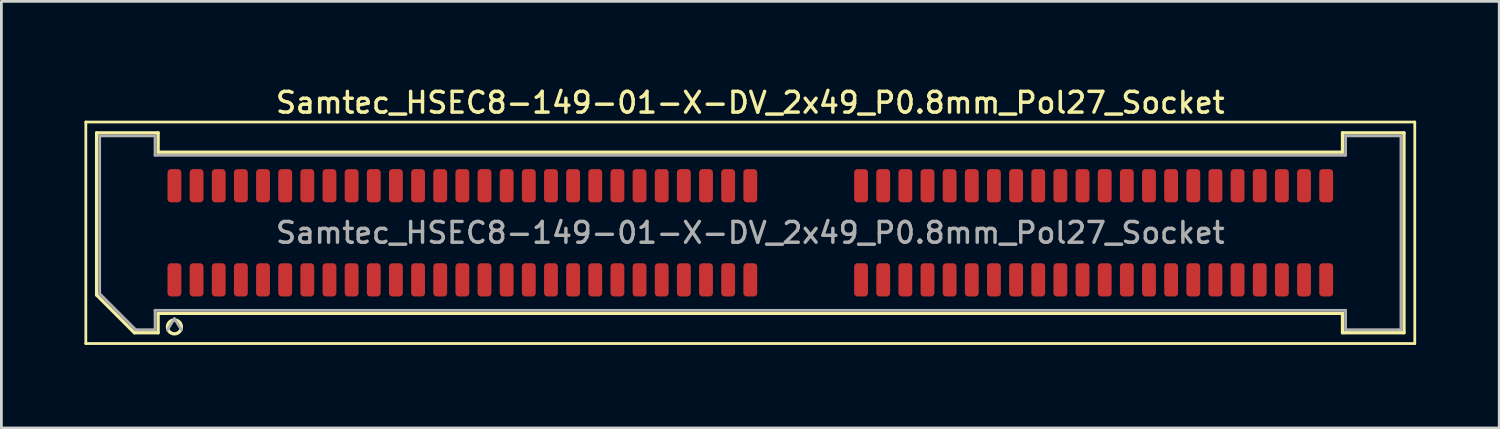
<source format=kicad_pcb>
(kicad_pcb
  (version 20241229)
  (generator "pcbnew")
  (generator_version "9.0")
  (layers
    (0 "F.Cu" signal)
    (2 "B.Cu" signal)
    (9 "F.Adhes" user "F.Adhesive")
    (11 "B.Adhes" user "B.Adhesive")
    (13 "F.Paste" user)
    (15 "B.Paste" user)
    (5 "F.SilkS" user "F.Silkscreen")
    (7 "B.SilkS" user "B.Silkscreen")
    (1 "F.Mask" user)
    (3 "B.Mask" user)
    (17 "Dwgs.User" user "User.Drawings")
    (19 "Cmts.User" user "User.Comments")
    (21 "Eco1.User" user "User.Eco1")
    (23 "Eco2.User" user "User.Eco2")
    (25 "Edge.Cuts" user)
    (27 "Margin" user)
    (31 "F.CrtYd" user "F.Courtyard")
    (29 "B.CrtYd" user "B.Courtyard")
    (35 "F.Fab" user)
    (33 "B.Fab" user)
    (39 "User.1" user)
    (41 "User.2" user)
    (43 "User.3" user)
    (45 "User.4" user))
  (footprint "Samtec_HSEC8-149-01-X-DV_2x49_P0.8mm_Pol27_Socket"
    (layer "F.Cu")
    (at 24.05 5.358)
    (property "Reference" "Samtec_HSEC8-149-01-X-DV_2x49_P0.8mm_Pol27_Socket" (at 0 -4.7 0) (layer "F.SilkS") (effects (font (size 0.75 0.75) (thickness 0.125))))
    (attr smd)
    (fp_line (start -24 -4) (end -24 4) (stroke (width 0.1) (type solid)) (layer "F.SilkS"))
    (fp_line (start -24 4) (end 24 4) (stroke (width 0.1) (type solid)) (layer "F.SilkS"))
    (fp_line (start -23.61 -3.61) (end -21.39 -3.61) (stroke (width 0.12) (type solid)) (layer "F.SilkS"))
    (fp_line (start -23.61 2.246) (end -23.61 -3.61) (stroke (width 0.12) (type solid)) (layer "F.SilkS"))
    (fp_line (start -22.246 3.61) (end -23.61 2.246) (stroke (width 0.12) (type solid)) (layer "F.SilkS"))
    (fp_line (start -21.39 -3.61) (end -21.39 -2.91) (stroke (width 0.12) (type solid)) (layer "F.SilkS"))
    (fp_line (start -21.39 -2.91) (end 21.39 -2.91) (stroke (width 0.12) (type solid)) (layer "F.SilkS"))
    (fp_line (start -21.39 2.91) (end -21.39 3.61) (stroke (width 0.12) (type solid)) (layer "F.SilkS"))
    (fp_line (start -21.39 3.61) (end -22.246 3.61) (stroke (width 0.12) (type solid)) (layer "F.SilkS"))
    (fp_line (start 21.39 -3.61) (end 23.61 -3.61) (stroke (width 0.12) (type solid)) (layer "F.SilkS"))
    (fp_line (start 21.39 -2.91) (end 21.39 -3.61) (stroke (width 0.12) (type solid)) (layer "F.SilkS"))
    (fp_line (start 21.39 2.91) (end -21.39 2.91) (stroke (width 0.12) (type solid)) (layer "F.SilkS"))
    (fp_line (start 21.39 3.61) (end 21.39 2.91) (stroke (width 0.12) (type solid)) (layer "F.SilkS"))
    (fp_line (start 23.61 -3.61) (end 23.61 3.61) (stroke (width 0.12) (type solid)) (layer "F.SilkS"))
    (fp_line (start 23.61 3.61) (end 21.39 3.61) (stroke (width 0.12) (type solid)) (layer "F.SilkS"))
    (fp_line (start 24 -4) (end -24 -4) (stroke (width 0.1) (type solid)) (layer "F.SilkS"))
    (fp_line (start 24 4) (end 24 -4) (stroke (width 0.1) (type solid)) (layer "F.SilkS"))
    (fp_arc (start -20.55 3.4) (mid -21.05 3.4) (end -20.55 3.4) (stroke (width 0.12) (type solid)) (layer "F.SilkS"))
    (fp_line (start -23.5 -3.5) (end -21.5 -3.5) (stroke (width 0.1) (type solid)) (layer "F.Fab"))
    (fp_line (start -23.5 2.2) (end -23.5 -3.5) (stroke (width 0.1) (type solid)) (layer "F.Fab"))
    (fp_line (start -22.2 3.5) (end -23.5 2.2) (stroke (width 0.1) (type solid)) (layer "F.Fab"))
    (fp_line (start -21.5 -3.5) (end -21.5 -2.8) (stroke (width 0.1) (type solid)) (layer "F.Fab"))
    (fp_line (start -21.5 -2.8) (end 21.5 -2.8) (stroke (width 0.1) (type solid)) (layer "F.Fab"))
    (fp_line (start -21.5 2.8) (end -21.5 3.5) (stroke (width 0.1) (type solid)) (layer "F.Fab"))
    (fp_line (start -21.5 3.5) (end -22.2 3.5) (stroke (width 0.1) (type solid)) (layer "F.Fab"))
    (fp_line (start -20.8 3.1) (end -21.05 3.5) (stroke (width 0.1) (type solid)) (layer "F.Fab"))
    (fp_line (start -20.8 3.1) (end -20.55 3.5) (stroke (width 0.1) (type solid)) (layer "F.Fab"))
    (fp_line (start 21.5 -3.5) (end 23.5 -3.5) (stroke (width 0.1) (type solid)) (layer "F.Fab"))
    (fp_line (start 21.5 -2.8) (end 21.5 -3.5) (stroke (width 0.1) (type solid)) (layer "F.Fab"))
    (fp_line (start 21.5 2.8) (end -21.5 2.8) (stroke (width 0.1) (type solid)) (layer "F.Fab"))
    (fp_line (start 21.5 3.5) (end 21.5 2.8) (stroke (width 0.1) (type solid)) (layer "F.Fab"))
    (fp_line (start 23.5 -3.5) (end 23.5 3.5) (stroke (width 0.1) (type solid)) (layer "F.Fab"))
    (fp_line (start 23.5 3.5) (end 21.5 3.5) (stroke (width 0.1) (type solid)) (layer "F.Fab"))
    (fp_text user "${REFERENCE}" (at 0 0 0) (layer "F.Fab") (effects (font (size 0.75 0.75) (thickness 0.125))))
    (pad "1" smd roundrect (at -20.8 1.7) (size 0.5 1.2) (layers "F.Cu" "F.Mask" "F.Paste") (roundrect_rratio 0.25))
    (pad "2" smd roundrect (at -20.8 -1.7) (size 0.5 1.2) (layers "F.Cu" "F.Mask" "F.Paste") (roundrect_rratio 0.25))
    (pad "3" smd roundrect (at -20 1.7) (size 0.5 1.2) (layers "F.Cu" "F.Mask" "F.Paste") (roundrect_rratio 0.25))
    (pad "4" smd roundrect (at -20 -1.7) (size 0.5 1.2) (layers "F.Cu" "F.Mask" "F.Paste") (roundrect_rratio 0.25))
    (pad "5" smd roundrect (at -19.2 1.7) (size 0.5 1.2) (layers "F.Cu" "F.Mask" "F.Paste") (roundrect_rratio 0.25))
    (pad "6" smd roundrect (at -19.2 -1.7) (size 0.5 1.2) (layers "F.Cu" "F.Mask" "F.Paste") (roundrect_rratio 0.25))
    (pad "7" smd roundrect (at -18.4 1.7) (size 0.5 1.2) (layers "F.Cu" "F.Mask" "F.Paste") (roundrect_rratio 0.25))
    (pad "8" smd roundrect (at -18.4 -1.7) (size 0.5 1.2) (layers "F.Cu" "F.Mask" "F.Paste") (roundrect_rratio 0.25))
    (pad "9" smd roundrect (at -17.6 1.7) (size 0.5 1.2) (layers "F.Cu" "F.Mask" "F.Paste") (roundrect_rratio 0.25))
    (pad "10" smd roundrect (at -17.6 -1.7) (size 0.5 1.2) (layers "F.Cu" "F.Mask" "F.Paste") (roundrect_rratio 0.25))
    (pad "11" smd roundrect (at -16.8 1.7) (size 0.5 1.2) (layers "F.Cu" "F.Mask" "F.Paste") (roundrect_rratio 0.25))
    (pad "12" smd roundrect (at -16.8 -1.7) (size 0.5 1.2) (layers "F.Cu" "F.Mask" "F.Paste") (roundrect_rratio 0.25))
    (pad "13" smd roundrect (at -16 1.7) (size 0.5 1.2) (layers "F.Cu" "F.Mask" "F.Paste") (roundrect_rratio 0.25))
    (pad "14" smd roundrect (at -16 -1.7) (size 0.5 1.2) (layers "F.Cu" "F.Mask" "F.Paste") (roundrect_rratio 0.25))
    (pad "15" smd roundrect (at -15.2 1.7) (size 0.5 1.2) (layers "F.Cu" "F.Mask" "F.Paste") (roundrect_rratio 0.25))
    (pad "16" smd roundrect (at -15.2 -1.7) (size 0.5 1.2) (layers "F.Cu" "F.Mask" "F.Paste") (roundrect_rratio 0.25))
    (pad "17" smd roundrect (at -14.4 1.7) (size 0.5 1.2) (layers "F.Cu" "F.Mask" "F.Paste") (roundrect_rratio 0.25))
    (pad "18" smd roundrect (at -14.4 -1.7) (size 0.5 1.2) (layers "F.Cu" "F.Mask" "F.Paste") (roundrect_rratio 0.25))
    (pad "19" smd roundrect (at -13.6 1.7) (size 0.5 1.2) (layers "F.Cu" "F.Mask" "F.Paste") (roundrect_rratio 0.25))
    (pad "20" smd roundrect (at -13.6 -1.7) (size 0.5 1.2) (layers "F.Cu" "F.Mask" "F.Paste") (roundrect_rratio 0.25))
    (pad "21" smd roundrect (at -12.8 1.7) (size 0.5 1.2) (layers "F.Cu" "F.Mask" "F.Paste") (roundrect_rratio 0.25))
    (pad "22" smd roundrect (at -12.8 -1.7) (size 0.5 1.2) (layers "F.Cu" "F.Mask" "F.Paste") (roundrect_rratio 0.25))
    (pad "23" smd roundrect (at -12 1.7) (size 0.5 1.2) (layers "F.Cu" "F.Mask" "F.Paste") (roundrect_rratio 0.25))
    (pad "24" smd roundrect (at -12 -1.7) (size 0.5 1.2) (layers "F.Cu" "F.Mask" "F.Paste") (roundrect_rratio 0.25))
    (pad "25" smd roundrect (at -11.2 1.7) (size 0.5 1.2) (layers "F.Cu" "F.Mask" "F.Paste") (roundrect_rratio 0.25))
    (pad "26" smd roundrect (at -11.2 -1.7) (size 0.5 1.2) (layers "F.Cu" "F.Mask" "F.Paste") (roundrect_rratio 0.25))
    (pad "27" smd roundrect (at -10.4 1.7) (size 0.5 1.2) (layers "F.Cu" "F.Mask" "F.Paste") (roundrect_rratio 0.25))
    (pad "28" smd roundrect (at -10.4 -1.7) (size 0.5 1.2) (layers "F.Cu" "F.Mask" "F.Paste") (roundrect_rratio 0.25))
    (pad "29" smd roundrect (at -9.6 1.7) (size 0.5 1.2) (layers "F.Cu" "F.Mask" "F.Paste") (roundrect_rratio 0.25))
    (pad "30" smd roundrect (at -9.6 -1.7) (size 0.5 1.2) (layers "F.Cu" "F.Mask" "F.Paste") (roundrect_rratio 0.25))
    (pad "31" smd roundrect (at -8.8 1.7) (size 0.5 1.2) (layers "F.Cu" "F.Mask" "F.Paste") (roundrect_rratio 0.25))
    (pad "32" smd roundrect (at -8.8 -1.7) (size 0.5 1.2) (layers "F.Cu" "F.Mask" "F.Paste") (roundrect_rratio 0.25))
    (pad "33" smd roundrect (at -8 1.7) (size 0.5 1.2) (layers "F.Cu" "F.Mask" "F.Paste") (roundrect_rratio 0.25))
    (pad "34" smd roundrect (at -8 -1.7) (size 0.5 1.2) (layers "F.Cu" "F.Mask" "F.Paste") (roundrect_rratio 0.25))
    (pad "35" smd roundrect (at -7.2 1.7) (size 0.5 1.2) (layers "F.Cu" "F.Mask" "F.Paste") (roundrect_rratio 0.25))
    (pad "36" smd roundrect (at -7.2 -1.7) (size 0.5 1.2) (layers "F.Cu" "F.Mask" "F.Paste") (roundrect_rratio 0.25))
    (pad "37" smd roundrect (at -6.4 1.7) (size 0.5 1.2) (layers "F.Cu" "F.Mask" "F.Paste") (roundrect_rratio 0.25))
    (pad "38" smd roundrect (at -6.4 -1.7) (size 0.5 1.2) (layers "F.Cu" "F.Mask" "F.Paste") (roundrect_rratio 0.25))
    (pad "39" smd roundrect (at -5.6 1.7) (size 0.5 1.2) (layers "F.Cu" "F.Mask" "F.Paste") (roundrect_rratio 0.25))
    (pad "40" smd roundrect (at -5.6 -1.7) (size 0.5 1.2) (layers "F.Cu" "F.Mask" "F.Paste") (roundrect_rratio 0.25))
    (pad "41" smd roundrect (at -4.8 1.7) (size 0.5 1.2) (layers "F.Cu" "F.Mask" "F.Paste") (roundrect_rratio 0.25))
    (pad "42" smd roundrect (at -4.8 -1.7) (size 0.5 1.2) (layers "F.Cu" "F.Mask" "F.Paste") (roundrect_rratio 0.25))
    (pad "43" smd roundrect (at -4 1.7) (size 0.5 1.2) (layers "F.Cu" "F.Mask" "F.Paste") (roundrect_rratio 0.25))
    (pad "44" smd roundrect (at -4 -1.7) (size 0.5 1.2) (layers "F.Cu" "F.Mask" "F.Paste") (roundrect_rratio 0.25))
    (pad "45" smd roundrect (at -3.2 1.7) (size 0.5 1.2) (layers "F.Cu" "F.Mask" "F.Paste") (roundrect_rratio 0.25))
    (pad "46" smd roundrect (at -3.2 -1.7) (size 0.5 1.2) (layers "F.Cu" "F.Mask" "F.Paste") (roundrect_rratio 0.25))
    (pad "47" smd roundrect (at -2.4 1.7) (size 0.5 1.2) (layers "F.Cu" "F.Mask" "F.Paste") (roundrect_rratio 0.25))
    (pad "48" smd roundrect (at -2.4 -1.7) (size 0.5 1.2) (layers "F.Cu" "F.Mask" "F.Paste") (roundrect_rratio 0.25))
    (pad "49" smd roundrect (at -1.6 1.7) (size 0.5 1.2) (layers "F.Cu" "F.Mask" "F.Paste") (roundrect_rratio 0.25))
    (pad "50" smd roundrect (at -1.6 -1.7) (size 0.5 1.2) (layers "F.Cu" "F.Mask" "F.Paste") (roundrect_rratio 0.25))
    (pad "51" smd roundrect (at -0.8 1.7) (size 0.5 1.2) (layers "F.Cu" "F.Mask" "F.Paste") (roundrect_rratio 0.25))
    (pad "52" smd roundrect (at -0.8 -1.7) (size 0.5 1.2) (layers "F.Cu" "F.Mask" "F.Paste") (roundrect_rratio 0.25))
    (pad "53" smd roundrect (at 0 1.7) (size 0.5 1.2) (layers "F.Cu" "F.Mask" "F.Paste") (roundrect_rratio 0.25))
    (pad "54" smd roundrect (at 0 -1.7) (size 0.5 1.2) (layers "F.Cu" "F.Mask" "F.Paste") (roundrect_rratio 0.25))
    (pad "55" smd roundrect (at 4 1.7) (size 0.5 1.2) (layers "F.Cu" "F.Mask" "F.Paste") (roundrect_rratio 0.25))
    (pad "56" smd roundrect (at 4 -1.7) (size 0.5 1.2) (layers "F.Cu" "F.Mask" "F.Paste") (roundrect_rratio 0.25))
    (pad "57" smd roundrect (at 4.8 1.7) (size 0.5 1.2) (layers "F.Cu" "F.Mask" "F.Paste") (roundrect_rratio 0.25))
    (pad "58" smd roundrect (at 4.8 -1.7) (size 0.5 1.2) (layers "F.Cu" "F.Mask" "F.Paste") (roundrect_rratio 0.25))
    (pad "59" smd roundrect (at 5.6 1.7) (size 0.5 1.2) (layers "F.Cu" "F.Mask" "F.Paste") (roundrect_rratio 0.25))
    (pad "60" smd roundrect (at 5.6 -1.7) (size 0.5 1.2) (layers "F.Cu" "F.Mask" "F.Paste") (roundrect_rratio 0.25))
    (pad "61" smd roundrect (at 6.4 1.7) (size 0.5 1.2) (layers "F.Cu" "F.Mask" "F.Paste") (roundrect_rratio 0.25))
    (pad "62" smd roundrect (at 6.4 -1.7) (size 0.5 1.2) (layers "F.Cu" "F.Mask" "F.Paste") (roundrect_rratio 0.25))
    (pad "63" smd roundrect (at 7.2 1.7) (size 0.5 1.2) (layers "F.Cu" "F.Mask" "F.Paste") (roundrect_rratio 0.25))
    (pad "64" smd roundrect (at 7.2 -1.7) (size 0.5 1.2) (layers "F.Cu" "F.Mask" "F.Paste") (roundrect_rratio 0.25))
    (pad "65" smd roundrect (at 8 1.7) (size 0.5 1.2) (layers "F.Cu" "F.Mask" "F.Paste") (roundrect_rratio 0.25))
    (pad "66" smd roundrect (at 8 -1.7) (size 0.5 1.2) (layers "F.Cu" "F.Mask" "F.Paste") (roundrect_rratio 0.25))
    (pad "67" smd roundrect (at 8.8 1.7) (size 0.5 1.2) (layers "F.Cu" "F.Mask" "F.Paste") (roundrect_rratio 0.25))
    (pad "68" smd roundrect (at 8.8 -1.7) (size 0.5 1.2) (layers "F.Cu" "F.Mask" "F.Paste") (roundrect_rratio 0.25))
    (pad "69" smd roundrect (at 9.6 1.7) (size 0.5 1.2) (layers "F.Cu" "F.Mask" "F.Paste") (roundrect_rratio 0.25))
    (pad "70" smd roundrect (at 9.6 -1.7) (size 0.5 1.2) (layers "F.Cu" "F.Mask" "F.Paste") (roundrect_rratio 0.25))
    (pad "71" smd roundrect (at 10.4 1.7) (size 0.5 1.2) (layers "F.Cu" "F.Mask" "F.Paste") (roundrect_rratio 0.25))
    (pad "72" smd roundrect (at 10.4 -1.7) (size 0.5 1.2) (layers "F.Cu" "F.Mask" "F.Paste") (roundrect_rratio 0.25))
    (pad "73" smd roundrect (at 11.2 1.7) (size 0.5 1.2) (layers "F.Cu" "F.Mask" "F.Paste") (roundrect_rratio 0.25))
    (pad "74" smd roundrect (at 11.2 -1.7) (size 0.5 1.2) (layers "F.Cu" "F.Mask" "F.Paste") (roundrect_rratio 0.25))
    (pad "75" smd roundrect (at 12 1.7) (size 0.5 1.2) (layers "F.Cu" "F.Mask" "F.Paste") (roundrect_rratio 0.25))
    (pad "76" smd roundrect (at 12 -1.7) (size 0.5 1.2) (layers "F.Cu" "F.Mask" "F.Paste") (roundrect_rratio 0.25))
    (pad "77" smd roundrect (at 12.8 1.7) (size 0.5 1.2) (layers "F.Cu" "F.Mask" "F.Paste") (roundrect_rratio 0.25))
    (pad "78" smd roundrect (at 12.8 -1.7) (size 0.5 1.2) (layers "F.Cu" "F.Mask" "F.Paste") (roundrect_rratio 0.25))
    (pad "79" smd roundrect (at 13.6 1.7) (size 0.5 1.2) (layers "F.Cu" "F.Mask" "F.Paste") (roundrect_rratio 0.25))
    (pad "80" smd roundrect (at 13.6 -1.7) (size 0.5 1.2) (layers "F.Cu" "F.Mask" "F.Paste") (roundrect_rratio 0.25))
    (pad "81" smd roundrect (at 14.4 1.7) (size 0.5 1.2) (layers "F.Cu" "F.Mask" "F.Paste") (roundrect_rratio 0.25))
    (pad "82" smd roundrect (at 14.4 -1.7) (size 0.5 1.2) (layers "F.Cu" "F.Mask" "F.Paste") (roundrect_rratio 0.25))
    (pad "83" smd roundrect (at 15.2 1.7) (size 0.5 1.2) (layers "F.Cu" "F.Mask" "F.Paste") (roundrect_rratio 0.25))
    (pad "84" smd roundrect (at 15.2 -1.7) (size 0.5 1.2) (layers "F.Cu" "F.Mask" "F.Paste") (roundrect_rratio 0.25))
    (pad "85" smd roundrect (at 16 1.7) (size 0.5 1.2) (layers "F.Cu" "F.Mask" "F.Paste") (roundrect_rratio 0.25))
    (pad "86" smd roundrect (at 16 -1.7) (size 0.5 1.2) (layers "F.Cu" "F.Mask" "F.Paste") (roundrect_rratio 0.25))
    (pad "87" smd roundrect (at 16.8 1.7) (size 0.5 1.2) (layers "F.Cu" "F.Mask" "F.Paste") (roundrect_rratio 0.25))
    (pad "88" smd roundrect (at 16.8 -1.7) (size 0.5 1.2) (layers "F.Cu" "F.Mask" "F.Paste") (roundrect_rratio 0.25))
    (pad "89" smd roundrect (at 17.6 1.7) (size 0.5 1.2) (layers "F.Cu" "F.Mask" "F.Paste") (roundrect_rratio 0.25))
    (pad "90" smd roundrect (at 17.6 -1.7) (size 0.5 1.2) (layers "F.Cu" "F.Mask" "F.Paste") (roundrect_rratio 0.25))
    (pad "91" smd roundrect (at 18.4 1.7) (size 0.5 1.2) (layers "F.Cu" "F.Mask" "F.Paste") (roundrect_rratio 0.25))
    (pad "92" smd roundrect (at 18.4 -1.7) (size 0.5 1.2) (layers "F.Cu" "F.Mask" "F.Paste") (roundrect_rratio 0.25))
    (pad "93" smd roundrect (at 19.2 1.7) (size 0.5 1.2) (layers "F.Cu" "F.Mask" "F.Paste") (roundrect_rratio 0.25))
    (pad "94" smd roundrect (at 19.2 -1.7) (size 0.5 1.2) (layers "F.Cu" "F.Mask" "F.Paste") (roundrect_rratio 0.25))
    (pad "95" smd roundrect (at 20 1.7) (size 0.5 1.2) (layers "F.Cu" "F.Mask" "F.Paste") (roundrect_rratio 0.25))
    (pad "96" smd roundrect (at 20 -1.7) (size 0.5 1.2) (layers "F.Cu" "F.Mask" "F.Paste") (roundrect_rratio 0.25))
    (pad "97" smd roundrect (at 20.8 1.7) (size 0.5 1.2) (layers "F.Cu" "F.Mask" "F.Paste") (roundrect_rratio 0.25))
    (pad "98" smd roundrect (at 20.8 -1.7) (size 0.5 1.2) (layers "F.Cu" "F.Mask" "F.Paste") (roundrect_rratio 0.25)))
  (gr_rect
    (start -3 -3)
    (end 51.1 12.408)
    (stroke (width 0.1) (type default))
    (fill no)
    (layer "Edge.Cuts")))
</source>
